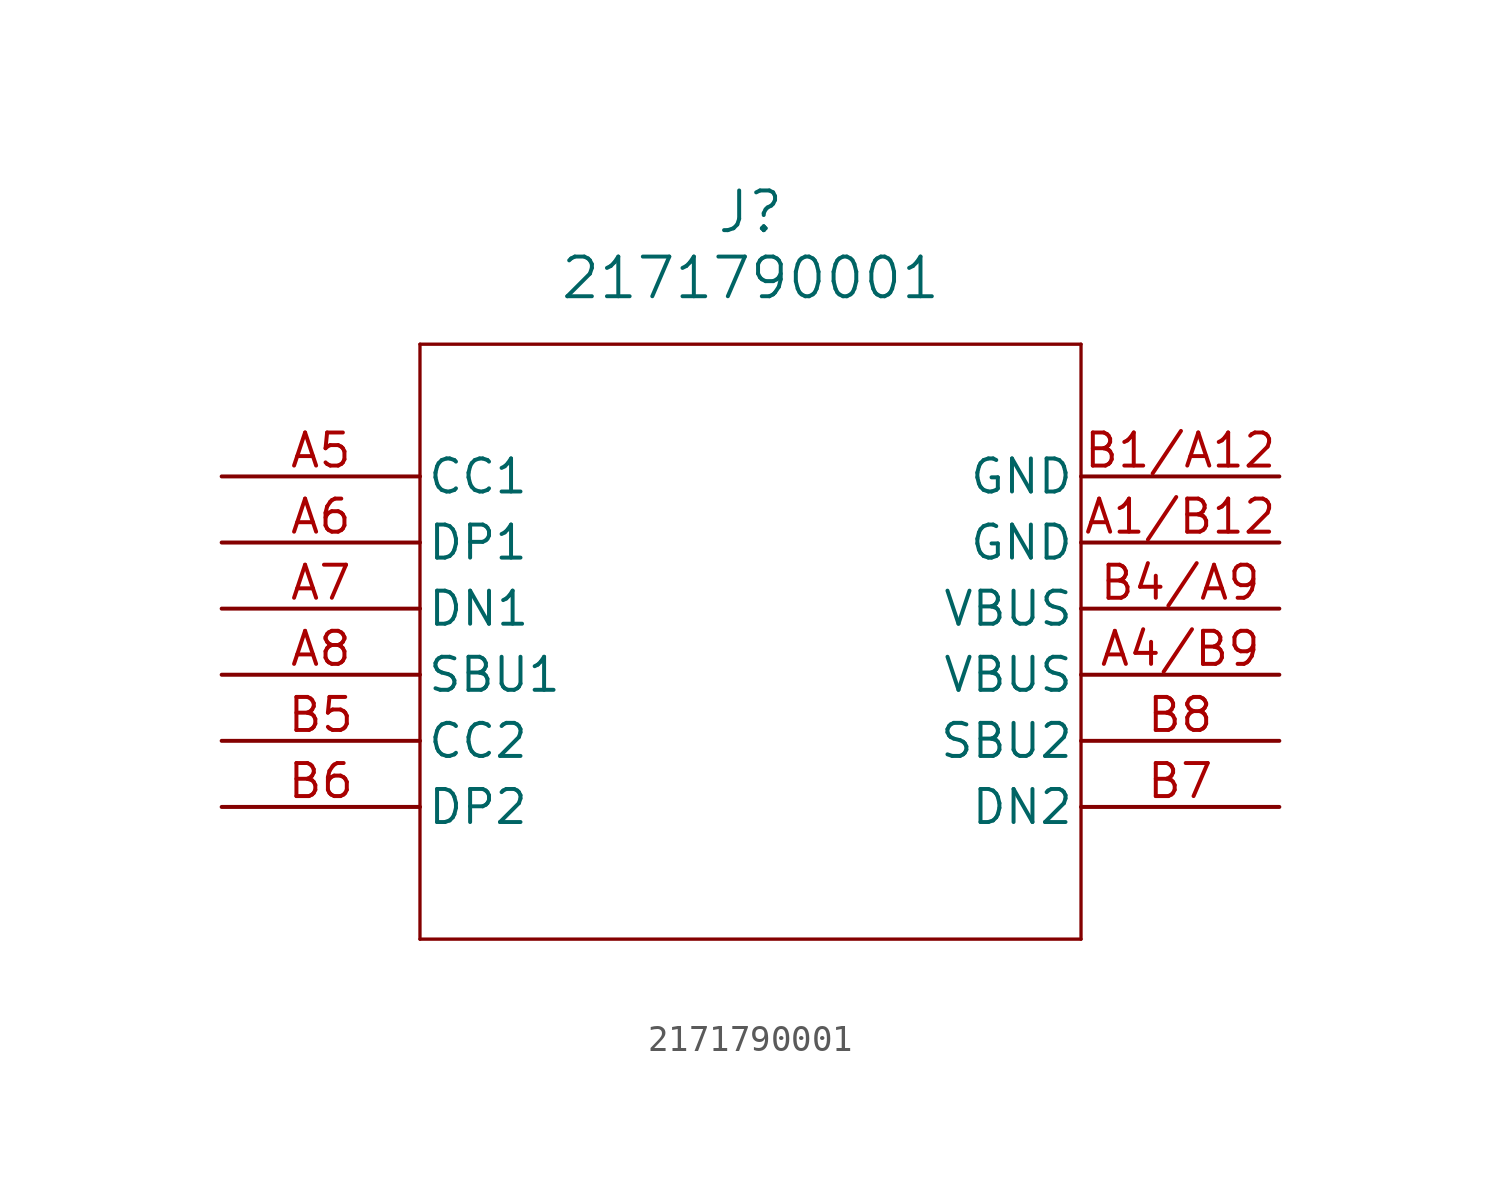
<source format=kicad_sym>
(kicad_symbol_lib
  (version 20211014)
  (generator kicad_symbol_editor)
  (symbol "2171790001"
    (pin_names
      (offset 0.254))
    (property "Reference" "J"
      (at 20.32 10.16 0)
      (effects (font (size 1.524 1.524))))
    (property "Value" "2171790001"
      (at 20.32 7.62 0)
      (effects (font (size 1.524 1.524))))
    (symbol "2171790001_0_1"
      (polyline (pts (xy 7.62 5.08) (xy 7.62 -17.78)) (stroke (width 0.127) (type default) (color 0 0 0 0)) (fill (type none)))
      (polyline (pts (xy 7.62 -17.78) (xy 33.02 -17.78)) (stroke (width 0.127) (type default) (color 0 0 0 0)) (fill (type none)))
      (polyline (pts (xy 33.02 -17.78) (xy 33.02 5.08)) (stroke (width 0.127) (type default) (color 0 0 0 0)) (fill (type none)))
      (polyline (pts (xy 33.02 5.08) (xy 7.62 5.08)) (stroke (width 0.127) (type default) (color 0 0 0 0)) (fill (type none)))
      (pin bidirectional line (at 0 0 0) (length 7.62) (name "CC1" (effects (font (size 1.27 1.27)))) (number "A5" (effects (font (size 1.27 1.27)))))
      (pin bidirectional line (at 0 -2.54 0) (length 7.62) (name "DP1" (effects (font (size 1.27 1.27)))) (number "A6" (effects (font (size 1.27 1.27)))))
      (pin bidirectional line (at 0 -5.08 0) (length 7.62) (name "DN1" (effects (font (size 1.27 1.27)))) (number "A7" (effects (font (size 1.27 1.27)))))
      (pin bidirectional line (at 0 -7.62 0) (length 7.62) (name "SBU1" (effects (font (size 1.27 1.27)))) (number "A8" (effects (font (size 1.27 1.27)))))
      (pin bidirectional line (at 0 -10.16 0) (length 7.62) (name "CC2" (effects (font (size 1.27 1.27)))) (number "B5" (effects (font (size 1.27 1.27)))))
      (pin bidirectional line (at 0 -12.7 0) (length 7.62) (name "DP2" (effects (font (size 1.27 1.27)))) (number "B6" (effects (font (size 1.27 1.27)))))
      (pin bidirectional line (at 40.64 -12.7 180) (length 7.62) (name "DN2" (effects (font (size 1.27 1.27)))) (number "B7" (effects (font (size 1.27 1.27)))))
      (pin bidirectional line (at 40.64 -10.16 180) (length 7.62) (name "SBU2" (effects (font (size 1.27 1.27)))) (number "B8" (effects (font (size 1.27 1.27)))))
      (pin power_in line (at 40.64 -7.62 180) (length 7.62) (name "VBUS" (effects (font (size 1.27 1.27)))) (number "A4/B9" (effects (font (size 1.27 1.27)))))
      (pin power_in line (at 40.64 -5.08 180) (length 7.62) (name "VBUS" (effects (font (size 1.27 1.27)))) (number "B4/A9" (effects (font (size 1.27 1.27)))))
      (pin power_out line (at 40.64 -2.54 180) (length 7.62) (name "GND" (effects (font (size 1.27 1.27)))) (number "A1/B12" (effects (font (size 1.27 1.27)))))
      (pin power_out line (at 40.64 0 180) (length 7.62) (name "GND" (effects (font (size 1.27 1.27)))) (number "B1/A12" (effects (font (size 1.27 1.27))))))))
</source>
